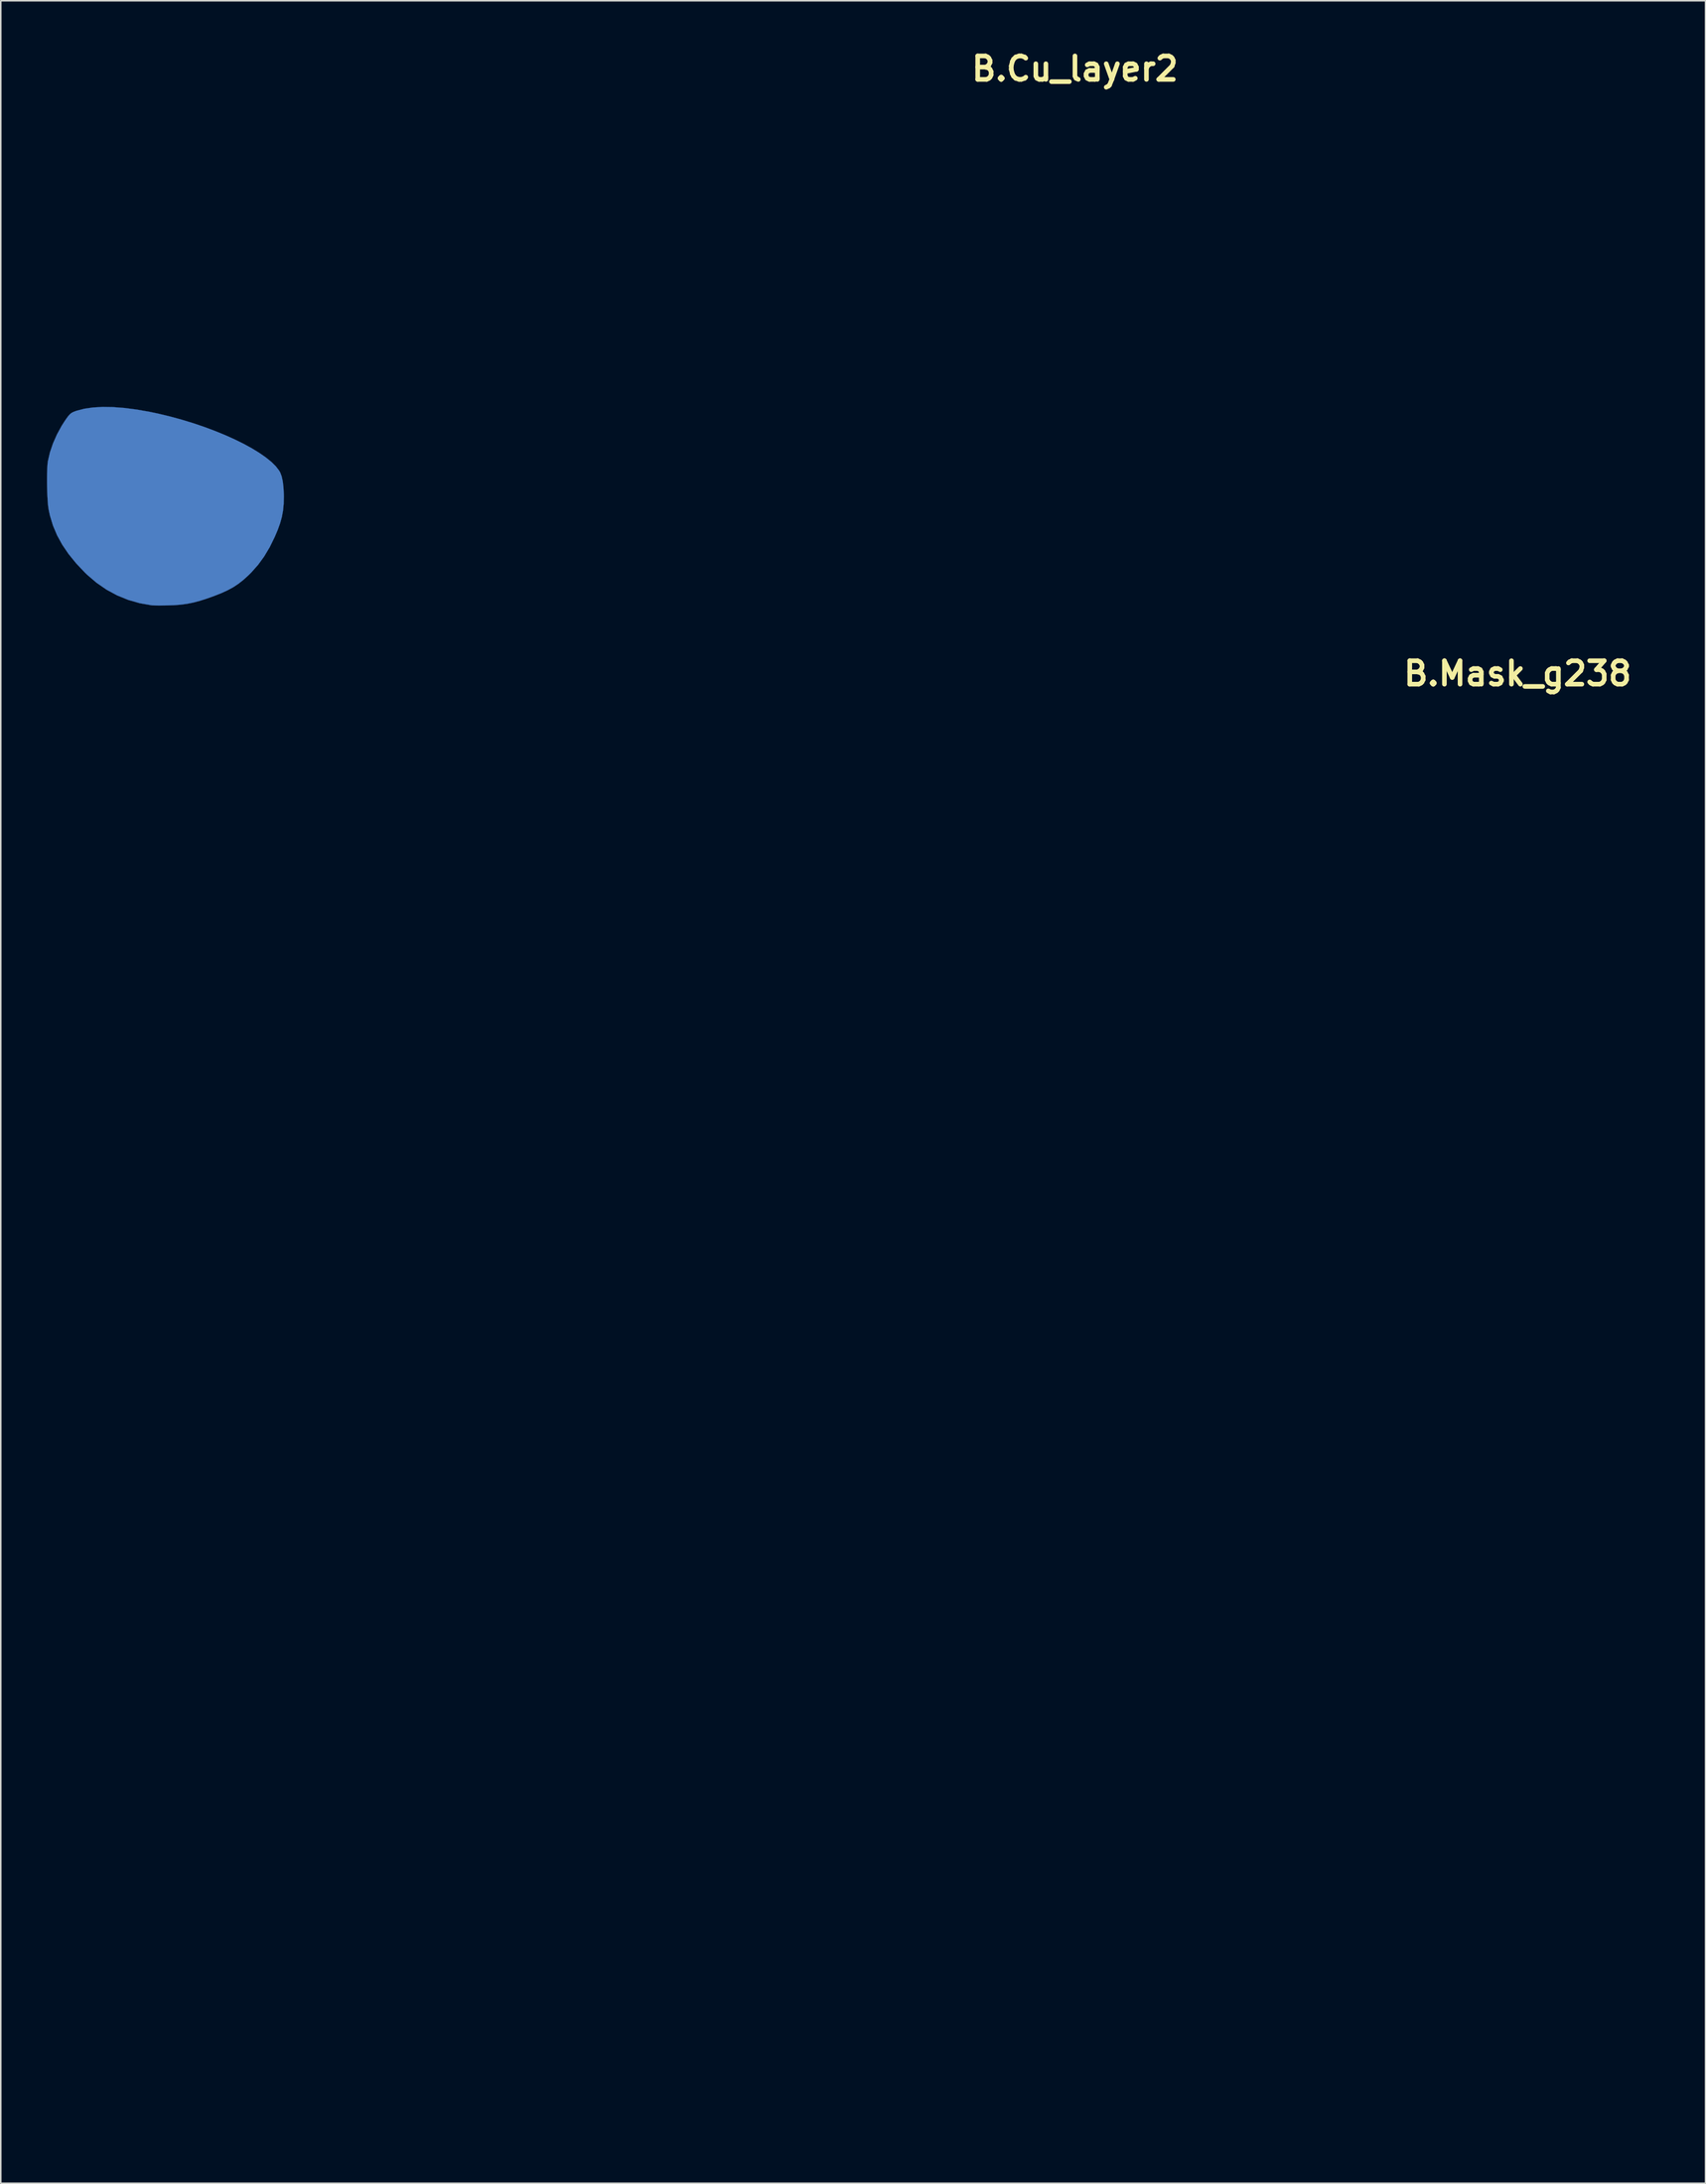
<source format=kicad_pcb>
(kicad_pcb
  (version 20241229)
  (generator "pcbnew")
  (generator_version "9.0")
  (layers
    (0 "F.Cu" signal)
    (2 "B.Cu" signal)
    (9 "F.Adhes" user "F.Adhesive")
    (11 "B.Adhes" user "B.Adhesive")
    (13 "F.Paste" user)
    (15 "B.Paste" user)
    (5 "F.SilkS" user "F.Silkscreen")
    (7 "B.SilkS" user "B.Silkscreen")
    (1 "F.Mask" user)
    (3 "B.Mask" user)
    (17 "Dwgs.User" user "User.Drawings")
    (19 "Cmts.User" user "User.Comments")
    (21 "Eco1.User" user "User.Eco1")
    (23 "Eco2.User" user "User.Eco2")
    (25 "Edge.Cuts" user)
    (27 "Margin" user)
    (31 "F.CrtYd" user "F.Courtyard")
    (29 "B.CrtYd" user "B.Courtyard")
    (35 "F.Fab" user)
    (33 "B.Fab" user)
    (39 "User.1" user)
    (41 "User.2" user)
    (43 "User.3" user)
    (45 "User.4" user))
  (footprint "B.Mask_g238"
    (layer "F.Cu")
    (at 95.509 40.707)
    (property "Reference" "B.Mask_g238" (at 0 0 0) (layer "F.SilkS") (effects (font (size 1.524 1.524) (thickness 0.3))))
    (attr through_hole)
    (fp_poly (pts (xy -42.742 -0.806) (xy -42.314 -0.794) (xy -41.88 -0.775) (xy -41.429 -0.747) (xy -41.381 -0.744) (xy -39.722 -0.617) (xy -38.137 -0.468) (xy -36.614 -0.295) (xy -35.146 -0.096) (xy -33.723 0.13) (xy -32.334 0.384) (xy -30.972 0.667) (xy -29.627 0.983) (xy -28.289 1.331) (xy -27.728 1.487) (xy -27.331 1.604) (xy -26.873 1.747) (xy -26.372 1.908) (xy -25.846 2.082) (xy -25.313 2.263) (xy -24.789 2.445) (xy -24.294 2.622) (xy -23.844 2.788) (xy -23.458 2.937) (xy -23.454 2.939) (xy -22.545 3.3) (xy -19.432 2.393) (xy -18.77 2.2) (xy -18.182 2.029) (xy -17.665 1.879) (xy -17.21 1.747) (xy -16.814 1.632) (xy -16.469 1.533) (xy -16.17 1.447) (xy -15.91 1.374) (xy -15.685 1.311) (xy -15.488 1.256) (xy -15.312 1.209) (xy -15.153 1.167) (xy -15.005 1.129) (xy -14.86 1.093) (xy -14.715 1.057) (xy -14.561 1.02) (xy -14.544 1.016) (xy -12.879 0.651) (xy -11.192 0.351) (xy -9.492 0.117) (xy -7.785 -0.051) (xy -6.079 -0.154) (xy -4.383 -0.19) (xy -2.703 -0.16) (xy -1.048 -0.063) (xy 0.575 0.1) (xy 2.159 0.331) (xy 2.921 0.47) (xy 3.299 0.547) (xy 3.738 0.645) (xy 4.218 0.757) (xy 4.718 0.879) (xy 5.219 1.006) (xy 5.701 1.133) (xy 6.143 1.254) (xy 6.525 1.366) (xy 6.549 1.373) (xy 6.954 1.499) (xy 7.351 1.628) (xy 7.731 1.756) (xy 8.085 1.88) (xy 8.406 1.998) (xy 8.684 2.106) (xy 8.911 2.2) (xy 9.079 2.279) (xy 9.178 2.337) (xy 9.2 2.359) (xy 9.189 2.41) (xy 9.14 2.526) (xy 9.056 2.697) (xy 8.942 2.915) (xy 8.803 3.17) (xy 8.644 3.455) (xy 8.469 3.76) (xy 8.283 4.077) (xy 8.202 4.212) (xy 7.386 5.505) (xy 6.513 6.759) (xy 5.588 7.969) (xy 4.615 9.13) (xy 3.601 10.235) (xy 2.55 11.281) (xy 1.466 12.261) (xy 0.356 13.171) (xy -0.777 14.004) (xy -1.143 14.253) (xy -1.363 14.399) (xy -1.585 14.543) (xy -1.787 14.671) (xy -1.948 14.77) (xy -1.999 14.8) (xy -2.134 14.88) (xy -2.235 14.945) (xy -2.283 14.982) (xy -2.285 14.986) (xy -2.255 15.021) (xy -2.174 15.098) (xy -2.054 15.207) (xy -1.928 15.318) (xy -1.449 15.759) (xy -0.944 16.267) (xy -0.42 16.834) (xy 0.115 17.452) (xy 0.653 18.11) (xy 1.187 18.799) (xy 1.709 19.51) (xy 2.211 20.235) (xy 2.435 20.573) (xy 3.37 22.077) (xy 4.232 23.616) (xy 5.022 25.193) (xy 5.74 26.808) (xy 6.387 28.463) (xy 6.962 30.159) (xy 7.467 31.897) (xy 7.902 33.68) (xy 8.267 35.507) (xy 8.562 37.381) (xy 8.789 39.302) (xy 8.94 41.169) (xy 8.955 41.459) (xy 8.968 41.814) (xy 8.978 42.223) (xy 8.985 42.673) (xy 8.99 43.151) (xy 8.993 43.646) (xy 8.993 44.145) (xy 8.991 44.636) (xy 8.986 45.105) (xy 8.979 45.542) (xy 8.969 45.933) (xy 8.957 46.267) (xy 8.942 46.53) (xy 8.94 46.567) (xy 8.794 48.107) (xy 8.598 49.586) (xy 8.35 51.012) (xy 8.046 52.395) (xy 7.683 53.743) (xy 7.259 55.065) (xy 6.771 56.37) (xy 6.215 57.668) (xy 5.59 58.965) (xy 4.893 60.273) (xy 4.199 61.468) (xy 4.079 61.665) (xy 3.96 61.861) (xy 3.835 62.062) (xy 3.7 62.277) (xy 3.551 62.512) (xy 3.383 62.776) (xy 3.191 63.074) (xy 2.971 63.415) (xy 2.718 63.805) (xy 2.427 64.252) (xy 2.131 64.707) (xy 1.918 65.036) (xy 1.681 65.409) (xy 1.435 65.8) (xy 1.198 66.184) (xy 0.984 66.533) (xy 0.911 66.654) (xy 0.396 67.491) (xy -0.175 68.378) (xy -0.796 69.306) (xy -1.459 70.265) (xy -2.16 71.249) (xy -2.891 72.247) (xy -3.648 73.251) (xy -4.422 74.252) (xy -5.06 75.057) (xy -5.598 75.722) (xy -6.099 76.324) (xy -6.569 76.872) (xy -7.017 77.374) (xy -7.451 77.838) (xy -7.879 78.274) (xy -8.309 78.69) (xy -8.748 79.093) (xy -9.205 79.493) (xy -9.405 79.662) (xy -10.149 80.275) (xy -10.96 80.919) (xy -11.828 81.588) (xy -12.746 82.277) (xy -13.704 82.978) (xy -14.694 83.687) (xy -15.706 84.396) (xy -16.731 85.099) (xy -17.761 85.791) (xy -18.787 86.464) (xy -19.799 87.114) (xy -20.789 87.734) (xy -21.748 88.317) (xy -22.668 88.857) (xy -22.769 88.916) (xy -24.285 89.756) (xy -25.808 90.54) (xy -27.334 91.267) (xy -28.858 91.935) (xy -30.377 92.542) (xy -31.886 93.087) (xy -33.38 93.569) (xy -34.855 93.986) (xy -36.308 94.338) (xy -37.732 94.621) (xy -39.125 94.836) (xy -40.482 94.98) (xy -41.317 95.034) (xy -41.678 95.047) (xy -42.098 95.058) (xy -42.56 95.064) (xy -43.044 95.068) (xy -43.533 95.067) (xy -44.008 95.064) (xy -44.45 95.056) (xy -44.842 95.046) (xy -45.114 95.034) (xy -46.384 94.934) (xy -47.697 94.767) (xy -49.048 94.533) (xy -50.433 94.235) (xy -51.845 93.874) (xy -53.279 93.452) (xy -54.731 92.97) (xy -56.196 92.43) (xy -57.667 91.833) (xy -59.141 91.182) (xy -60.611 90.478) (xy -62.073 89.722) (xy -62.382 89.555) (xy -63.284 89.051) (xy -64.235 88.498) (xy -65.226 87.901) (xy -66.249 87.267) (xy -67.295 86.6) (xy -68.354 85.908) (xy -69.418 85.197) (xy -70.478 84.471) (xy -71.526 83.739) (xy -72.552 83.005) (xy -73.547 82.276) (xy -74.502 81.558) (xy -75.41 80.857) (xy -76.26 80.179) (xy -77.044 79.53) (xy -77.174 79.42) (xy -77.656 78.994) (xy -78.149 78.529) (xy -78.655 78.021) (xy -79.179 77.466) (xy -79.724 76.861) (xy -80.293 76.2) (xy -80.89 75.482) (xy -81.517 74.701) (xy -82.179 73.853) (xy -82.875 72.94) (xy -83.643 71.911) (xy -84.371 70.909) (xy -85.057 69.94) (xy -85.695 69.009) (xy -86.284 68.122) (xy -86.818 67.284) (xy -87.203 66.654) (xy -87.369 66.381) (xy -87.571 66.054) (xy -87.801 65.686) (xy -88.048 65.295) (xy -88.302 64.895) (xy -88.555 64.502) (xy -88.793 64.135) (xy -89.133 63.614) (xy -89.431 63.154) (xy -89.693 62.748) (xy -89.923 62.386) (xy -90.129 62.06) (xy -90.314 61.762) (xy -90.485 61.483) (xy -90.646 61.214) (xy -90.803 60.947) (xy -90.955 60.685) (xy -91.721 59.283) (xy -92.408 57.881) (xy -93.017 56.472) (xy -93.551 55.05) (xy -94.01 53.609) (xy -94.398 52.143) (xy -94.715 50.644) (xy -94.964 49.108) (xy -95.147 47.526) (xy -95.253 46.101) (xy -95.265 45.835) (xy -95.274 45.498) (xy -95.28 45.103) (xy -95.283 44.664) (xy -95.284 44.192) (xy -95.282 43.701) (xy -95.278 43.204) (xy -95.272 42.714) (xy -95.264 42.243) (xy -95.253 41.804) (xy -95.241 41.41) (xy -95.227 41.074) (xy -95.212 40.808) (xy -95.21 40.788) (xy -95.082 39.315) (xy -94.927 37.911) (xy -94.741 36.563) (xy -94.523 35.26) (xy -94.269 33.99) (xy -93.979 32.74) (xy -93.649 31.498) (xy -93.278 30.253) (xy -93.008 29.422) (xy -92.475 27.933) (xy -92.032 26.84) (xy -66.741 26.84) (xy -66.737 27.214) (xy -66.726 27.577) (xy -66.709 27.913) (xy -66.684 28.206) (xy -66.661 28.39) (xy -66.547 28.986) (xy -66.391 29.546) (xy -66.186 30.08) (xy -65.927 30.601) (xy -65.608 31.119) (xy -65.223 31.648) (xy -64.767 32.197) (xy -64.744 32.223) (xy -64.162 32.828) (xy -63.548 33.355) (xy -62.904 33.803) (xy -62.231 34.174) (xy -61.528 34.465) (xy -60.797 34.676) (xy -60.748 34.687) (xy -60.127 34.802) (xy -59.534 34.861) (xy -58.936 34.866) (xy -58.505 34.84) (xy -58.028 34.788) (xy -57.583 34.717) (xy -57.146 34.622) (xy -56.696 34.496) (xy -56.211 34.335) (xy -55.838 34.198) (xy -55.339 33.995) (xy -54.906 33.785) (xy -54.518 33.556) (xy -54.159 33.295) (xy -53.807 32.99) (xy -53.482 32.668) (xy -53.009 32.12) (xy -52.578 31.505) (xy -52.195 30.833) (xy -51.866 30.115) (xy -51.665 29.57) (xy -51.547 29.175) (xy -51.466 28.799) (xy -51.419 28.414) (xy -51.402 27.995) (xy -51.408 27.622) (xy -51.43 27.203) (xy -51.467 26.856) (xy -51.52 26.573) (xy -51.591 26.342) (xy -51.676 26.164) (xy -51.852 25.918) (xy -52.104 25.656) (xy -52.425 25.382) (xy -52.808 25.099) (xy -53.247 24.814) (xy -53.736 24.529) (xy -54.268 24.25) (xy -54.836 23.981) (xy -54.884 23.96) (xy -55.677 23.624) (xy -56.48 23.316) (xy -57.287 23.038) (xy -58.093 22.791) (xy -58.891 22.574) (xy -59.675 22.391) (xy -60.439 22.24) (xy -61.176 22.124) (xy -61.882 22.043) (xy -62.55 21.998) (xy -63.173 21.991) (xy -63.746 22.021) (xy -64.263 22.091) (xy -64.717 22.201) (xy -65.046 22.326) (xy -65.143 22.375) (xy -65.225 22.432) (xy -65.305 22.512) (xy -65.396 22.629) (xy -65.514 22.797) (xy -65.572 22.883) (xy -65.97 23.543) (xy -66.294 24.217) (xy -66.539 24.898) (xy -66.66 25.359) (xy -66.69 25.55) (xy -66.713 25.809) (xy -66.729 26.122) (xy -66.739 26.47) (xy -66.741 26.84) (xy -92.032 26.84) (xy -91.879 26.463) (xy -91.225 25.02) (xy -90.517 23.61) (xy -89.758 22.242) (xy -88.953 20.922) (xy -88.107 19.658) (xy -87.223 18.457) (xy -86.305 17.328) (xy -86.13 17.124) (xy -85.915 16.884) (xy -85.66 16.611) (xy -85.382 16.32) (xy -85.095 16.027) (xy -84.815 15.748) (xy -84.557 15.499) (xy -84.338 15.297) (xy -84.317 15.277) (xy -83.988 14.985) (xy -84.184 14.869) (xy -84.369 14.757) (xy -84.604 14.607) (xy -84.873 14.432) (xy -85.158 14.243) (xy -85.441 14.053) (xy -85.704 13.872) (xy -85.93 13.714) (xy -86.043 13.632) (xy -87.241 12.697) (xy -88.404 11.688) (xy -89.528 10.61) (xy -90.609 9.466) (xy -91.643 8.262) (xy -92.625 7.002) (xy -93.554 5.689) (xy -94.423 4.33) (xy -95.204 2.976) (xy -95.31 2.78) (xy -95.399 2.608) (xy -95.465 2.476) (xy -95.5 2.398) (xy -95.504 2.384) (xy -95.465 2.341) (xy -95.352 2.276) (xy -95.173 2.192) (xy -94.935 2.092) (xy -94.646 1.978) (xy -94.313 1.855) (xy -93.942 1.726) (xy -93.723 1.651) (xy -92.55 1.285) (xy -91.309 0.947) (xy -90.015 0.641) (xy -89.408 0.513) (xy -87.968 0.255) (xy -86.477 0.055) (xy -84.942 -0.085) (xy -83.373 -0.166) (xy -81.78 -0.189) (xy -80.17 -0.152) (xy -78.552 -0.056) (xy -76.937 0.099) (xy -75.331 0.313) (xy -74.126 0.514) (xy -73.758 0.582) (xy -73.406 0.65) (xy -73.062 0.72) (xy -72.719 0.793) (xy -72.371 0.872) (xy -72.01 0.957) (xy -71.629 1.051) (xy -71.223 1.156) (xy -70.784 1.272) (xy -70.304 1.403) (xy -69.778 1.55) (xy -69.198 1.714) (xy -68.558 1.898) (xy -67.85 2.103) (xy -67.084 2.326) (xy -63.746 3.3) (xy -62.944 2.981) (xy -61.301 2.365) (xy -59.614 1.803) (xy -57.878 1.296) (xy -56.092 0.843) (xy -54.251 0.443) (xy -52.353 0.096) (xy -50.395 -0.2) (xy -48.374 -0.445) (xy -47.117 -0.569) (xy -46.382 -0.633) (xy -45.722 -0.687) (xy -45.125 -0.731) (xy -44.581 -0.764) (xy -44.082 -0.788) (xy -43.615 -0.803) (xy -43.172 -0.809) (xy -42.742 -0.806)) (stroke (width 0.01) (type solid)) (fill yes) (layer "B.Mask")))
  (footprint "B.Cu_layer2"
    (layer "F.Cu")
    (at 66.761 1.418)
    (property "Reference" "B.Cu_layer2" (at 0 0 0) (layer "F.SilkS") (effects (font (size 1.524 1.524) (thickness 0.3))))
    (attr through_hole)
    (fp_poly (pts (xy -62.463 21.979) (xy -61.723 22.036) (xy -60.93 22.139) (xy -60.089 22.287) (xy -59.554 22.399) (xy -58.784 22.584) (xy -58.025 22.791) (xy -57.281 23.018) (xy -56.558 23.263) (xy -55.862 23.523) (xy -55.197 23.795) (xy -54.57 24.077) (xy -53.985 24.366) (xy -53.449 24.66) (xy -52.967 24.955) (xy -52.544 25.25) (xy -52.185 25.541) (xy -51.897 25.826) (xy -51.685 26.102) (xy -51.612 26.229) (xy -51.52 26.474) (xy -51.449 26.792) (xy -51.402 27.178) (xy -51.378 27.623) (xy -51.376 27.813) (xy -51.388 28.277) (xy -51.43 28.702) (xy -51.505 29.111) (xy -51.619 29.524) (xy -51.777 29.962) (xy -51.964 30.402) (xy -52.294 31.076) (xy -52.654 31.68) (xy -53.051 32.226) (xy -53.494 32.725) (xy -53.668 32.897) (xy -53.998 33.198) (xy -54.322 33.453) (xy -54.658 33.676) (xy -55.025 33.876) (xy -55.44 34.066) (xy -55.88 34.24) (xy -56.388 34.422) (xy -56.842 34.567) (xy -57.261 34.677) (xy -57.667 34.758) (xy -58.077 34.813) (xy -58.513 34.846) (xy -58.97 34.861) (xy -59.237 34.865) (xy -59.483 34.866) (xy -59.694 34.865) (xy -59.852 34.861) (xy -59.943 34.856) (xy -59.944 34.856) (xy -60.734 34.718) (xy -61.489 34.502) (xy -62.208 34.209) (xy -62.892 33.839) (xy -63.539 33.393) (xy -64.15 32.871) (xy -64.298 32.728) (xy -64.868 32.124) (xy -65.357 31.522) (xy -65.768 30.917) (xy -66.104 30.304) (xy -66.369 29.677) (xy -66.565 29.031) (xy -66.654 28.617) (xy -66.685 28.4) (xy -66.71 28.118) (xy -66.73 27.788) (xy -66.745 27.426) (xy -66.754 27.049) (xy -66.756 26.672) (xy -66.753 26.313) (xy -66.742 25.988) (xy -66.726 25.712) (xy -66.702 25.503) (xy -66.699 25.487) (xy -66.568 24.925) (xy -66.371 24.343) (xy -66.114 23.76) (xy -65.807 23.196) (xy -65.636 22.927) (xy -65.488 22.708) (xy -65.368 22.548) (xy -65.263 22.434) (xy -65.156 22.351) (xy -65.032 22.288) (xy -64.877 22.23) (xy -64.82 22.211) (xy -64.328 22.084) (xy -63.769 22.003) (xy -63.146 21.968) (xy -62.463 21.979)) (stroke (width 0.01) (type solid)) (fill yes) (layer "B.Cu")))
  (gr_rect
    (start -3 -3)
    (end 107.714 138.779)
    (stroke (width 0.1) (type default))
    (fill no)
    (layer "Edge.Cuts")))
</source>
